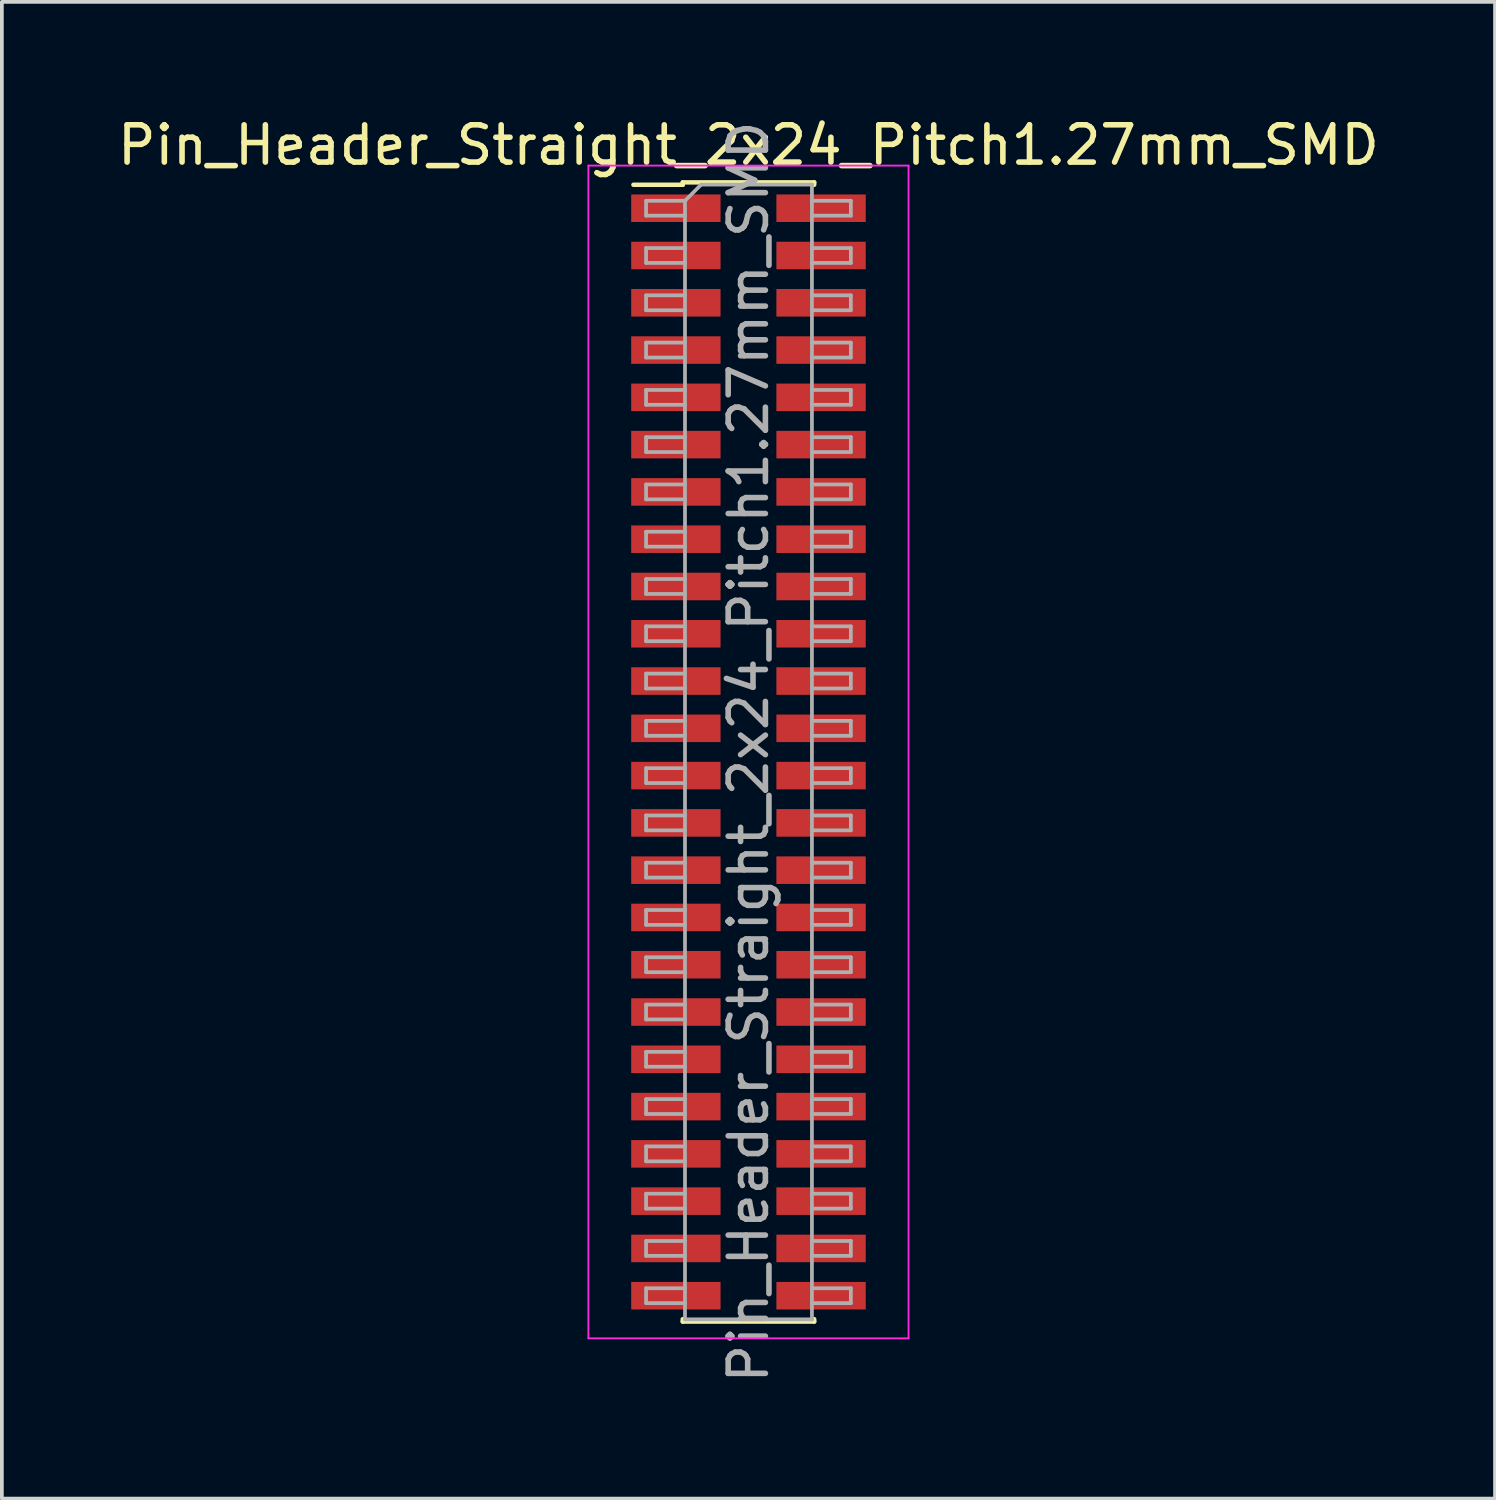
<source format=kicad_pcb>
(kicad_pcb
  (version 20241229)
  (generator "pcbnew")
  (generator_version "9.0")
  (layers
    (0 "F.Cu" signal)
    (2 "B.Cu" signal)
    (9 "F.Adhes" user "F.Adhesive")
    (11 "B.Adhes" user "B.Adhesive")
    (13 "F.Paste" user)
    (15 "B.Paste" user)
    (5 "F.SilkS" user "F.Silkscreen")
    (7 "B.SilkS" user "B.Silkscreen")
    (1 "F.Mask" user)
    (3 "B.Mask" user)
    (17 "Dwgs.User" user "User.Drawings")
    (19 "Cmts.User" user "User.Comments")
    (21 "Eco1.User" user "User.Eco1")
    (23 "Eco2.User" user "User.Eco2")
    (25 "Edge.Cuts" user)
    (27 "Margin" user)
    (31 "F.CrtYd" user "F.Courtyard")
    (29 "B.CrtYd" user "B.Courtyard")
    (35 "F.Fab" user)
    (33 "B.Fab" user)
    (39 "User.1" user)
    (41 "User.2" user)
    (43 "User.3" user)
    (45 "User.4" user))
  (footprint "Pin_Header_Straight_2x24_Pitch1.27mm_SMD"
    (layer "F.Cu")
    (at 17.054 17.148)
    (property "Reference" "Pin_Header_Straight_2x24_Pitch1.27mm_SMD" (at 0 -16.3 0) (layer "F.SilkS") (effects (font (size 1 1) (thickness 0.15))))
    (attr smd)
    (fp_line (start -3.09 -15.235) (end -1.765 -15.235) (stroke (width 0.12) (type solid)) (layer "F.SilkS"))
    (fp_line (start -1.765 -15.3) (end -1.765 -15.235) (stroke (width 0.12) (type solid)) (layer "F.SilkS"))
    (fp_line (start -1.765 -15.3) (end 1.765 -15.3) (stroke (width 0.12) (type solid)) (layer "F.SilkS"))
    (fp_line (start -1.765 15.235) (end -1.765 15.3) (stroke (width 0.12) (type solid)) (layer "F.SilkS"))
    (fp_line (start -1.765 15.3) (end 1.765 15.3) (stroke (width 0.12) (type solid)) (layer "F.SilkS"))
    (fp_line (start 1.765 -15.3) (end 1.765 -15.235) (stroke (width 0.12) (type solid)) (layer "F.SilkS"))
    (fp_line (start 1.765 15.235) (end 1.765 15.3) (stroke (width 0.12) (type solid)) (layer "F.SilkS"))
    (fp_line (start -4.3 -15.75) (end -4.3 15.75) (stroke (width 0.05) (type solid)) (layer "F.CrtYd"))
    (fp_line (start -4.3 15.75) (end 4.3 15.75) (stroke (width 0.05) (type solid)) (layer "F.CrtYd"))
    (fp_line (start 4.3 -15.75) (end -4.3 -15.75) (stroke (width 0.05) (type solid)) (layer "F.CrtYd"))
    (fp_line (start 4.3 15.75) (end 4.3 -15.75) (stroke (width 0.05) (type solid)) (layer "F.CrtYd"))
    (fp_line (start -2.75 -14.805) (end -2.75 -14.405) (stroke (width 0.1) (type solid)) (layer "F.Fab"))
    (fp_line (start -2.75 -14.405) (end -1.705 -14.405) (stroke (width 0.1) (type solid)) (layer "F.Fab"))
    (fp_line (start -2.75 -13.535) (end -2.75 -13.135) (stroke (width 0.1) (type solid)) (layer "F.Fab"))
    (fp_line (start -2.75 -13.135) (end -1.705 -13.135) (stroke (width 0.1) (type solid)) (layer "F.Fab"))
    (fp_line (start -2.75 -12.265) (end -2.75 -11.865) (stroke (width 0.1) (type solid)) (layer "F.Fab"))
    (fp_line (start -2.75 -11.865) (end -1.705 -11.865) (stroke (width 0.1) (type solid)) (layer "F.Fab"))
    (fp_line (start -2.75 -10.995) (end -2.75 -10.595) (stroke (width 0.1) (type solid)) (layer "F.Fab"))
    (fp_line (start -2.75 -10.595) (end -1.705 -10.595) (stroke (width 0.1) (type solid)) (layer "F.Fab"))
    (fp_line (start -2.75 -9.725) (end -2.75 -9.325) (stroke (width 0.1) (type solid)) (layer "F.Fab"))
    (fp_line (start -2.75 -9.325) (end -1.705 -9.325) (stroke (width 0.1) (type solid)) (layer "F.Fab"))
    (fp_line (start -2.75 -8.455) (end -2.75 -8.055) (stroke (width 0.1) (type solid)) (layer "F.Fab"))
    (fp_line (start -2.75 -8.055) (end -1.705 -8.055) (stroke (width 0.1) (type solid)) (layer "F.Fab"))
    (fp_line (start -2.75 -7.185) (end -2.75 -6.785) (stroke (width 0.1) (type solid)) (layer "F.Fab"))
    (fp_line (start -2.75 -6.785) (end -1.705 -6.785) (stroke (width 0.1) (type solid)) (layer "F.Fab"))
    (fp_line (start -2.75 -5.915) (end -2.75 -5.515) (stroke (width 0.1) (type solid)) (layer "F.Fab"))
    (fp_line (start -2.75 -5.515) (end -1.705 -5.515) (stroke (width 0.1) (type solid)) (layer "F.Fab"))
    (fp_line (start -2.75 -4.645) (end -2.75 -4.245) (stroke (width 0.1) (type solid)) (layer "F.Fab"))
    (fp_line (start -2.75 -4.245) (end -1.705 -4.245) (stroke (width 0.1) (type solid)) (layer "F.Fab"))
    (fp_line (start -2.75 -3.375) (end -2.75 -2.975) (stroke (width 0.1) (type solid)) (layer "F.Fab"))
    (fp_line (start -2.75 -2.975) (end -1.705 -2.975) (stroke (width 0.1) (type solid)) (layer "F.Fab"))
    (fp_line (start -2.75 -2.105) (end -2.75 -1.705) (stroke (width 0.1) (type solid)) (layer "F.Fab"))
    (fp_line (start -2.75 -1.705) (end -1.705 -1.705) (stroke (width 0.1) (type solid)) (layer "F.Fab"))
    (fp_line (start -2.75 -0.835) (end -2.75 -0.435) (stroke (width 0.1) (type solid)) (layer "F.Fab"))
    (fp_line (start -2.75 -0.435) (end -1.705 -0.435) (stroke (width 0.1) (type solid)) (layer "F.Fab"))
    (fp_line (start -2.75 0.435) (end -2.75 0.835) (stroke (width 0.1) (type solid)) (layer "F.Fab"))
    (fp_line (start -2.75 0.835) (end -1.705 0.835) (stroke (width 0.1) (type solid)) (layer "F.Fab"))
    (fp_line (start -2.75 1.705) (end -2.75 2.105) (stroke (width 0.1) (type solid)) (layer "F.Fab"))
    (fp_line (start -2.75 2.105) (end -1.705 2.105) (stroke (width 0.1) (type solid)) (layer "F.Fab"))
    (fp_line (start -2.75 2.975) (end -2.75 3.375) (stroke (width 0.1) (type solid)) (layer "F.Fab"))
    (fp_line (start -2.75 3.375) (end -1.705 3.375) (stroke (width 0.1) (type solid)) (layer "F.Fab"))
    (fp_line (start -2.75 4.245) (end -2.75 4.645) (stroke (width 0.1) (type solid)) (layer "F.Fab"))
    (fp_line (start -2.75 4.645) (end -1.705 4.645) (stroke (width 0.1) (type solid)) (layer "F.Fab"))
    (fp_line (start -2.75 5.515) (end -2.75 5.915) (stroke (width 0.1) (type solid)) (layer "F.Fab"))
    (fp_line (start -2.75 5.915) (end -1.705 5.915) (stroke (width 0.1) (type solid)) (layer "F.Fab"))
    (fp_line (start -2.75 6.785) (end -2.75 7.185) (stroke (width 0.1) (type solid)) (layer "F.Fab"))
    (fp_line (start -2.75 7.185) (end -1.705 7.185) (stroke (width 0.1) (type solid)) (layer "F.Fab"))
    (fp_line (start -2.75 8.055) (end -2.75 8.455) (stroke (width 0.1) (type solid)) (layer "F.Fab"))
    (fp_line (start -2.75 8.455) (end -1.705 8.455) (stroke (width 0.1) (type solid)) (layer "F.Fab"))
    (fp_line (start -2.75 9.325) (end -2.75 9.725) (stroke (width 0.1) (type solid)) (layer "F.Fab"))
    (fp_line (start -2.75 9.725) (end -1.705 9.725) (stroke (width 0.1) (type solid)) (layer "F.Fab"))
    (fp_line (start -2.75 10.595) (end -2.75 10.995) (stroke (width 0.1) (type solid)) (layer "F.Fab"))
    (fp_line (start -2.75 10.995) (end -1.705 10.995) (stroke (width 0.1) (type solid)) (layer "F.Fab"))
    (fp_line (start -2.75 11.865) (end -2.75 12.265) (stroke (width 0.1) (type solid)) (layer "F.Fab"))
    (fp_line (start -2.75 12.265) (end -1.705 12.265) (stroke (width 0.1) (type solid)) (layer "F.Fab"))
    (fp_line (start -2.75 13.135) (end -2.75 13.535) (stroke (width 0.1) (type solid)) (layer "F.Fab"))
    (fp_line (start -2.75 13.535) (end -1.705 13.535) (stroke (width 0.1) (type solid)) (layer "F.Fab"))
    (fp_line (start -2.75 14.405) (end -2.75 14.805) (stroke (width 0.1) (type solid)) (layer "F.Fab"))
    (fp_line (start -2.75 14.805) (end -1.705 14.805) (stroke (width 0.1) (type solid)) (layer "F.Fab"))
    (fp_line (start -1.705 -14.805) (end -2.75 -14.805) (stroke (width 0.1) (type solid)) (layer "F.Fab"))
    (fp_line (start -1.705 -14.805) (end -1.27 -15.24) (stroke (width 0.1) (type solid)) (layer "F.Fab"))
    (fp_line (start -1.705 -13.535) (end -2.75 -13.535) (stroke (width 0.1) (type solid)) (layer "F.Fab"))
    (fp_line (start -1.705 -12.265) (end -2.75 -12.265) (stroke (width 0.1) (type solid)) (layer "F.Fab"))
    (fp_line (start -1.705 -10.995) (end -2.75 -10.995) (stroke (width 0.1) (type solid)) (layer "F.Fab"))
    (fp_line (start -1.705 -9.725) (end -2.75 -9.725) (stroke (width 0.1) (type solid)) (layer "F.Fab"))
    (fp_line (start -1.705 -8.455) (end -2.75 -8.455) (stroke (width 0.1) (type solid)) (layer "F.Fab"))
    (fp_line (start -1.705 -7.185) (end -2.75 -7.185) (stroke (width 0.1) (type solid)) (layer "F.Fab"))
    (fp_line (start -1.705 -5.915) (end -2.75 -5.915) (stroke (width 0.1) (type solid)) (layer "F.Fab"))
    (fp_line (start -1.705 -4.645) (end -2.75 -4.645) (stroke (width 0.1) (type solid)) (layer "F.Fab"))
    (fp_line (start -1.705 -3.375) (end -2.75 -3.375) (stroke (width 0.1) (type solid)) (layer "F.Fab"))
    (fp_line (start -1.705 -2.105) (end -2.75 -2.105) (stroke (width 0.1) (type solid)) (layer "F.Fab"))
    (fp_line (start -1.705 -0.835) (end -2.75 -0.835) (stroke (width 0.1) (type solid)) (layer "F.Fab"))
    (fp_line (start -1.705 0.435) (end -2.75 0.435) (stroke (width 0.1) (type solid)) (layer "F.Fab"))
    (fp_line (start -1.705 1.705) (end -2.75 1.705) (stroke (width 0.1) (type solid)) (layer "F.Fab"))
    (fp_line (start -1.705 2.975) (end -2.75 2.975) (stroke (width 0.1) (type solid)) (layer "F.Fab"))
    (fp_line (start -1.705 4.245) (end -2.75 4.245) (stroke (width 0.1) (type solid)) (layer "F.Fab"))
    (fp_line (start -1.705 5.515) (end -2.75 5.515) (stroke (width 0.1) (type solid)) (layer "F.Fab"))
    (fp_line (start -1.705 6.785) (end -2.75 6.785) (stroke (width 0.1) (type solid)) (layer "F.Fab"))
    (fp_line (start -1.705 8.055) (end -2.75 8.055) (stroke (width 0.1) (type solid)) (layer "F.Fab"))
    (fp_line (start -1.705 9.325) (end -2.75 9.325) (stroke (width 0.1) (type solid)) (layer "F.Fab"))
    (fp_line (start -1.705 10.595) (end -2.75 10.595) (stroke (width 0.1) (type solid)) (layer "F.Fab"))
    (fp_line (start -1.705 11.865) (end -2.75 11.865) (stroke (width 0.1) (type solid)) (layer "F.Fab"))
    (fp_line (start -1.705 13.135) (end -2.75 13.135) (stroke (width 0.1) (type solid)) (layer "F.Fab"))
    (fp_line (start -1.705 14.405) (end -2.75 14.405) (stroke (width 0.1) (type solid)) (layer "F.Fab"))
    (fp_line (start -1.705 15.24) (end -1.705 -14.805) (stroke (width 0.1) (type solid)) (layer "F.Fab"))
    (fp_line (start -1.27 -15.24) (end 1.705 -15.24) (stroke (width 0.1) (type solid)) (layer "F.Fab"))
    (fp_line (start 1.705 -15.24) (end 1.705 15.24) (stroke (width 0.1) (type solid)) (layer "F.Fab"))
    (fp_line (start 1.705 -14.805) (end 2.75 -14.805) (stroke (width 0.1) (type solid)) (layer "F.Fab"))
    (fp_line (start 1.705 -13.535) (end 2.75 -13.535) (stroke (width 0.1) (type solid)) (layer "F.Fab"))
    (fp_line (start 1.705 -12.265) (end 2.75 -12.265) (stroke (width 0.1) (type solid)) (layer "F.Fab"))
    (fp_line (start 1.705 -10.995) (end 2.75 -10.995) (stroke (width 0.1) (type solid)) (layer "F.Fab"))
    (fp_line (start 1.705 -9.725) (end 2.75 -9.725) (stroke (width 0.1) (type solid)) (layer "F.Fab"))
    (fp_line (start 1.705 -8.455) (end 2.75 -8.455) (stroke (width 0.1) (type solid)) (layer "F.Fab"))
    (fp_line (start 1.705 -7.185) (end 2.75 -7.185) (stroke (width 0.1) (type solid)) (layer "F.Fab"))
    (fp_line (start 1.705 -5.915) (end 2.75 -5.915) (stroke (width 0.1) (type solid)) (layer "F.Fab"))
    (fp_line (start 1.705 -4.645) (end 2.75 -4.645) (stroke (width 0.1) (type solid)) (layer "F.Fab"))
    (fp_line (start 1.705 -3.375) (end 2.75 -3.375) (stroke (width 0.1) (type solid)) (layer "F.Fab"))
    (fp_line (start 1.705 -2.105) (end 2.75 -2.105) (stroke (width 0.1) (type solid)) (layer "F.Fab"))
    (fp_line (start 1.705 -0.835) (end 2.75 -0.835) (stroke (width 0.1) (type solid)) (layer "F.Fab"))
    (fp_line (start 1.705 0.435) (end 2.75 0.435) (stroke (width 0.1) (type solid)) (layer "F.Fab"))
    (fp_line (start 1.705 1.705) (end 2.75 1.705) (stroke (width 0.1) (type solid)) (layer "F.Fab"))
    (fp_line (start 1.705 2.975) (end 2.75 2.975) (stroke (width 0.1) (type solid)) (layer "F.Fab"))
    (fp_line (start 1.705 4.245) (end 2.75 4.245) (stroke (width 0.1) (type solid)) (layer "F.Fab"))
    (fp_line (start 1.705 5.515) (end 2.75 5.515) (stroke (width 0.1) (type solid)) (layer "F.Fab"))
    (fp_line (start 1.705 6.785) (end 2.75 6.785) (stroke (width 0.1) (type solid)) (layer "F.Fab"))
    (fp_line (start 1.705 8.055) (end 2.75 8.055) (stroke (width 0.1) (type solid)) (layer "F.Fab"))
    (fp_line (start 1.705 9.325) (end 2.75 9.325) (stroke (width 0.1) (type solid)) (layer "F.Fab"))
    (fp_line (start 1.705 10.595) (end 2.75 10.595) (stroke (width 0.1) (type solid)) (layer "F.Fab"))
    (fp_line (start 1.705 11.865) (end 2.75 11.865) (stroke (width 0.1) (type solid)) (layer "F.Fab"))
    (fp_line (start 1.705 13.135) (end 2.75 13.135) (stroke (width 0.1) (type solid)) (layer "F.Fab"))
    (fp_line (start 1.705 14.405) (end 2.75 14.405) (stroke (width 0.1) (type solid)) (layer "F.Fab"))
    (fp_line (start 1.705 15.24) (end -1.705 15.24) (stroke (width 0.1) (type solid)) (layer "F.Fab"))
    (fp_line (start 2.75 -14.805) (end 2.75 -14.405) (stroke (width 0.1) (type solid)) (layer "F.Fab"))
    (fp_line (start 2.75 -14.405) (end 1.705 -14.405) (stroke (width 0.1) (type solid)) (layer "F.Fab"))
    (fp_line (start 2.75 -13.535) (end 2.75 -13.135) (stroke (width 0.1) (type solid)) (layer "F.Fab"))
    (fp_line (start 2.75 -13.135) (end 1.705 -13.135) (stroke (width 0.1) (type solid)) (layer "F.Fab"))
    (fp_line (start 2.75 -12.265) (end 2.75 -11.865) (stroke (width 0.1) (type solid)) (layer "F.Fab"))
    (fp_line (start 2.75 -11.865) (end 1.705 -11.865) (stroke (width 0.1) (type solid)) (layer "F.Fab"))
    (fp_line (start 2.75 -10.995) (end 2.75 -10.595) (stroke (width 0.1) (type solid)) (layer "F.Fab"))
    (fp_line (start 2.75 -10.595) (end 1.705 -10.595) (stroke (width 0.1) (type solid)) (layer "F.Fab"))
    (fp_line (start 2.75 -9.725) (end 2.75 -9.325) (stroke (width 0.1) (type solid)) (layer "F.Fab"))
    (fp_line (start 2.75 -9.325) (end 1.705 -9.325) (stroke (width 0.1) (type solid)) (layer "F.Fab"))
    (fp_line (start 2.75 -8.455) (end 2.75 -8.055) (stroke (width 0.1) (type solid)) (layer "F.Fab"))
    (fp_line (start 2.75 -8.055) (end 1.705 -8.055) (stroke (width 0.1) (type solid)) (layer "F.Fab"))
    (fp_line (start 2.75 -7.185) (end 2.75 -6.785) (stroke (width 0.1) (type solid)) (layer "F.Fab"))
    (fp_line (start 2.75 -6.785) (end 1.705 -6.785) (stroke (width 0.1) (type solid)) (layer "F.Fab"))
    (fp_line (start 2.75 -5.915) (end 2.75 -5.515) (stroke (width 0.1) (type solid)) (layer "F.Fab"))
    (fp_line (start 2.75 -5.515) (end 1.705 -5.515) (stroke (width 0.1) (type solid)) (layer "F.Fab"))
    (fp_line (start 2.75 -4.645) (end 2.75 -4.245) (stroke (width 0.1) (type solid)) (layer "F.Fab"))
    (fp_line (start 2.75 -4.245) (end 1.705 -4.245) (stroke (width 0.1) (type solid)) (layer "F.Fab"))
    (fp_line (start 2.75 -3.375) (end 2.75 -2.975) (stroke (width 0.1) (type solid)) (layer "F.Fab"))
    (fp_line (start 2.75 -2.975) (end 1.705 -2.975) (stroke (width 0.1) (type solid)) (layer "F.Fab"))
    (fp_line (start 2.75 -2.105) (end 2.75 -1.705) (stroke (width 0.1) (type solid)) (layer "F.Fab"))
    (fp_line (start 2.75 -1.705) (end 1.705 -1.705) (stroke (width 0.1) (type solid)) (layer "F.Fab"))
    (fp_line (start 2.75 -0.835) (end 2.75 -0.435) (stroke (width 0.1) (type solid)) (layer "F.Fab"))
    (fp_line (start 2.75 -0.435) (end 1.705 -0.435) (stroke (width 0.1) (type solid)) (layer "F.Fab"))
    (fp_line (start 2.75 0.435) (end 2.75 0.835) (stroke (width 0.1) (type solid)) (layer "F.Fab"))
    (fp_line (start 2.75 0.835) (end 1.705 0.835) (stroke (width 0.1) (type solid)) (layer "F.Fab"))
    (fp_line (start 2.75 1.705) (end 2.75 2.105) (stroke (width 0.1) (type solid)) (layer "F.Fab"))
    (fp_line (start 2.75 2.105) (end 1.705 2.105) (stroke (width 0.1) (type solid)) (layer "F.Fab"))
    (fp_line (start 2.75 2.975) (end 2.75 3.375) (stroke (width 0.1) (type solid)) (layer "F.Fab"))
    (fp_line (start 2.75 3.375) (end 1.705 3.375) (stroke (width 0.1) (type solid)) (layer "F.Fab"))
    (fp_line (start 2.75 4.245) (end 2.75 4.645) (stroke (width 0.1) (type solid)) (layer "F.Fab"))
    (fp_line (start 2.75 4.645) (end 1.705 4.645) (stroke (width 0.1) (type solid)) (layer "F.Fab"))
    (fp_line (start 2.75 5.515) (end 2.75 5.915) (stroke (width 0.1) (type solid)) (layer "F.Fab"))
    (fp_line (start 2.75 5.915) (end 1.705 5.915) (stroke (width 0.1) (type solid)) (layer "F.Fab"))
    (fp_line (start 2.75 6.785) (end 2.75 7.185) (stroke (width 0.1) (type solid)) (layer "F.Fab"))
    (fp_line (start 2.75 7.185) (end 1.705 7.185) (stroke (width 0.1) (type solid)) (layer "F.Fab"))
    (fp_line (start 2.75 8.055) (end 2.75 8.455) (stroke (width 0.1) (type solid)) (layer "F.Fab"))
    (fp_line (start 2.75 8.455) (end 1.705 8.455) (stroke (width 0.1) (type solid)) (layer "F.Fab"))
    (fp_line (start 2.75 9.325) (end 2.75 9.725) (stroke (width 0.1) (type solid)) (layer "F.Fab"))
    (fp_line (start 2.75 9.725) (end 1.705 9.725) (stroke (width 0.1) (type solid)) (layer "F.Fab"))
    (fp_line (start 2.75 10.595) (end 2.75 10.995) (stroke (width 0.1) (type solid)) (layer "F.Fab"))
    (fp_line (start 2.75 10.995) (end 1.705 10.995) (stroke (width 0.1) (type solid)) (layer "F.Fab"))
    (fp_line (start 2.75 11.865) (end 2.75 12.265) (stroke (width 0.1) (type solid)) (layer "F.Fab"))
    (fp_line (start 2.75 12.265) (end 1.705 12.265) (stroke (width 0.1) (type solid)) (layer "F.Fab"))
    (fp_line (start 2.75 13.135) (end 2.75 13.535) (stroke (width 0.1) (type solid)) (layer "F.Fab"))
    (fp_line (start 2.75 13.535) (end 1.705 13.535) (stroke (width 0.1) (type solid)) (layer "F.Fab"))
    (fp_line (start 2.75 14.405) (end 2.75 14.805) (stroke (width 0.1) (type solid)) (layer "F.Fab"))
    (fp_line (start 2.75 14.805) (end 1.705 14.805) (stroke (width 0.1) (type solid)) (layer "F.Fab"))
    (fp_text user "${REFERENCE}" (at 0 0 90) (layer "F.Fab") (effects (font (size 1 1) (thickness 0.15))))
    (pad "1" smd rect (at -1.95 -14.605) (size 2.4 0.74) (layers "F.Cu" "F.Mask" "F.Paste"))
    (pad "2" smd rect (at 1.95 -14.605) (size 2.4 0.74) (layers "F.Cu" "F.Mask" "F.Paste"))
    (pad "3" smd rect (at -1.95 -13.335) (size 2.4 0.74) (layers "F.Cu" "F.Mask" "F.Paste"))
    (pad "4" smd rect (at 1.95 -13.335) (size 2.4 0.74) (layers "F.Cu" "F.Mask" "F.Paste"))
    (pad "5" smd rect (at -1.95 -12.065) (size 2.4 0.74) (layers "F.Cu" "F.Mask" "F.Paste"))
    (pad "6" smd rect (at 1.95 -12.065) (size 2.4 0.74) (layers "F.Cu" "F.Mask" "F.Paste"))
    (pad "7" smd rect (at -1.95 -10.795) (size 2.4 0.74) (layers "F.Cu" "F.Mask" "F.Paste"))
    (pad "8" smd rect (at 1.95 -10.795) (size 2.4 0.74) (layers "F.Cu" "F.Mask" "F.Paste"))
    (pad "9" smd rect (at -1.95 -9.525) (size 2.4 0.74) (layers "F.Cu" "F.Mask" "F.Paste"))
    (pad "10" smd rect (at 1.95 -9.525) (size 2.4 0.74) (layers "F.Cu" "F.Mask" "F.Paste"))
    (pad "11" smd rect (at -1.95 -8.255) (size 2.4 0.74) (layers "F.Cu" "F.Mask" "F.Paste"))
    (pad "12" smd rect (at 1.95 -8.255) (size 2.4 0.74) (layers "F.Cu" "F.Mask" "F.Paste"))
    (pad "13" smd rect (at -1.95 -6.985) (size 2.4 0.74) (layers "F.Cu" "F.Mask" "F.Paste"))
    (pad "14" smd rect (at 1.95 -6.985) (size 2.4 0.74) (layers "F.Cu" "F.Mask" "F.Paste"))
    (pad "15" smd rect (at -1.95 -5.715) (size 2.4 0.74) (layers "F.Cu" "F.Mask" "F.Paste"))
    (pad "16" smd rect (at 1.95 -5.715) (size 2.4 0.74) (layers "F.Cu" "F.Mask" "F.Paste"))
    (pad "17" smd rect (at -1.95 -4.445) (size 2.4 0.74) (layers "F.Cu" "F.Mask" "F.Paste"))
    (pad "18" smd rect (at 1.95 -4.445) (size 2.4 0.74) (layers "F.Cu" "F.Mask" "F.Paste"))
    (pad "19" smd rect (at -1.95 -3.175) (size 2.4 0.74) (layers "F.Cu" "F.Mask" "F.Paste"))
    (pad "20" smd rect (at 1.95 -3.175) (size 2.4 0.74) (layers "F.Cu" "F.Mask" "F.Paste"))
    (pad "21" smd rect (at -1.95 -1.905) (size 2.4 0.74) (layers "F.Cu" "F.Mask" "F.Paste"))
    (pad "22" smd rect (at 1.95 -1.905) (size 2.4 0.74) (layers "F.Cu" "F.Mask" "F.Paste"))
    (pad "23" smd rect (at -1.95 -0.635) (size 2.4 0.74) (layers "F.Cu" "F.Mask" "F.Paste"))
    (pad "24" smd rect (at 1.95 -0.635) (size 2.4 0.74) (layers "F.Cu" "F.Mask" "F.Paste"))
    (pad "25" smd rect (at -1.95 0.635) (size 2.4 0.74) (layers "F.Cu" "F.Mask" "F.Paste"))
    (pad "26" smd rect (at 1.95 0.635) (size 2.4 0.74) (layers "F.Cu" "F.Mask" "F.Paste"))
    (pad "27" smd rect (at -1.95 1.905) (size 2.4 0.74) (layers "F.Cu" "F.Mask" "F.Paste"))
    (pad "28" smd rect (at 1.95 1.905) (size 2.4 0.74) (layers "F.Cu" "F.Mask" "F.Paste"))
    (pad "29" smd rect (at -1.95 3.175) (size 2.4 0.74) (layers "F.Cu" "F.Mask" "F.Paste"))
    (pad "30" smd rect (at 1.95 3.175) (size 2.4 0.74) (layers "F.Cu" "F.Mask" "F.Paste"))
    (pad "31" smd rect (at -1.95 4.445) (size 2.4 0.74) (layers "F.Cu" "F.Mask" "F.Paste"))
    (pad "32" smd rect (at 1.95 4.445) (size 2.4 0.74) (layers "F.Cu" "F.Mask" "F.Paste"))
    (pad "33" smd rect (at -1.95 5.715) (size 2.4 0.74) (layers "F.Cu" "F.Mask" "F.Paste"))
    (pad "34" smd rect (at 1.95 5.715) (size 2.4 0.74) (layers "F.Cu" "F.Mask" "F.Paste"))
    (pad "35" smd rect (at -1.95 6.985) (size 2.4 0.74) (layers "F.Cu" "F.Mask" "F.Paste"))
    (pad "36" smd rect (at 1.95 6.985) (size 2.4 0.74) (layers "F.Cu" "F.Mask" "F.Paste"))
    (pad "37" smd rect (at -1.95 8.255) (size 2.4 0.74) (layers "F.Cu" "F.Mask" "F.Paste"))
    (pad "38" smd rect (at 1.95 8.255) (size 2.4 0.74) (layers "F.Cu" "F.Mask" "F.Paste"))
    (pad "39" smd rect (at -1.95 9.525) (size 2.4 0.74) (layers "F.Cu" "F.Mask" "F.Paste"))
    (pad "40" smd rect (at 1.95 9.525) (size 2.4 0.74) (layers "F.Cu" "F.Mask" "F.Paste"))
    (pad "41" smd rect (at -1.95 10.795) (size 2.4 0.74) (layers "F.Cu" "F.Mask" "F.Paste"))
    (pad "42" smd rect (at 1.95 10.795) (size 2.4 0.74) (layers "F.Cu" "F.Mask" "F.Paste"))
    (pad "43" smd rect (at -1.95 12.065) (size 2.4 0.74) (layers "F.Cu" "F.Mask" "F.Paste"))
    (pad "44" smd rect (at 1.95 12.065) (size 2.4 0.74) (layers "F.Cu" "F.Mask" "F.Paste"))
    (pad "45" smd rect (at -1.95 13.335) (size 2.4 0.74) (layers "F.Cu" "F.Mask" "F.Paste"))
    (pad "46" smd rect (at 1.95 13.335) (size 2.4 0.74) (layers "F.Cu" "F.Mask" "F.Paste"))
    (pad "47" smd rect (at -1.95 14.605) (size 2.4 0.74) (layers "F.Cu" "F.Mask" "F.Paste"))
    (pad "48" smd rect (at 1.95 14.605) (size 2.4 0.74) (layers "F.Cu" "F.Mask" "F.Paste")))
  (gr_rect
    (start -3 -3)
    (end 37.107 37.202)
    (stroke (width 0.1) (type default))
    (fill no)
    (layer "Edge.Cuts")))
</source>
